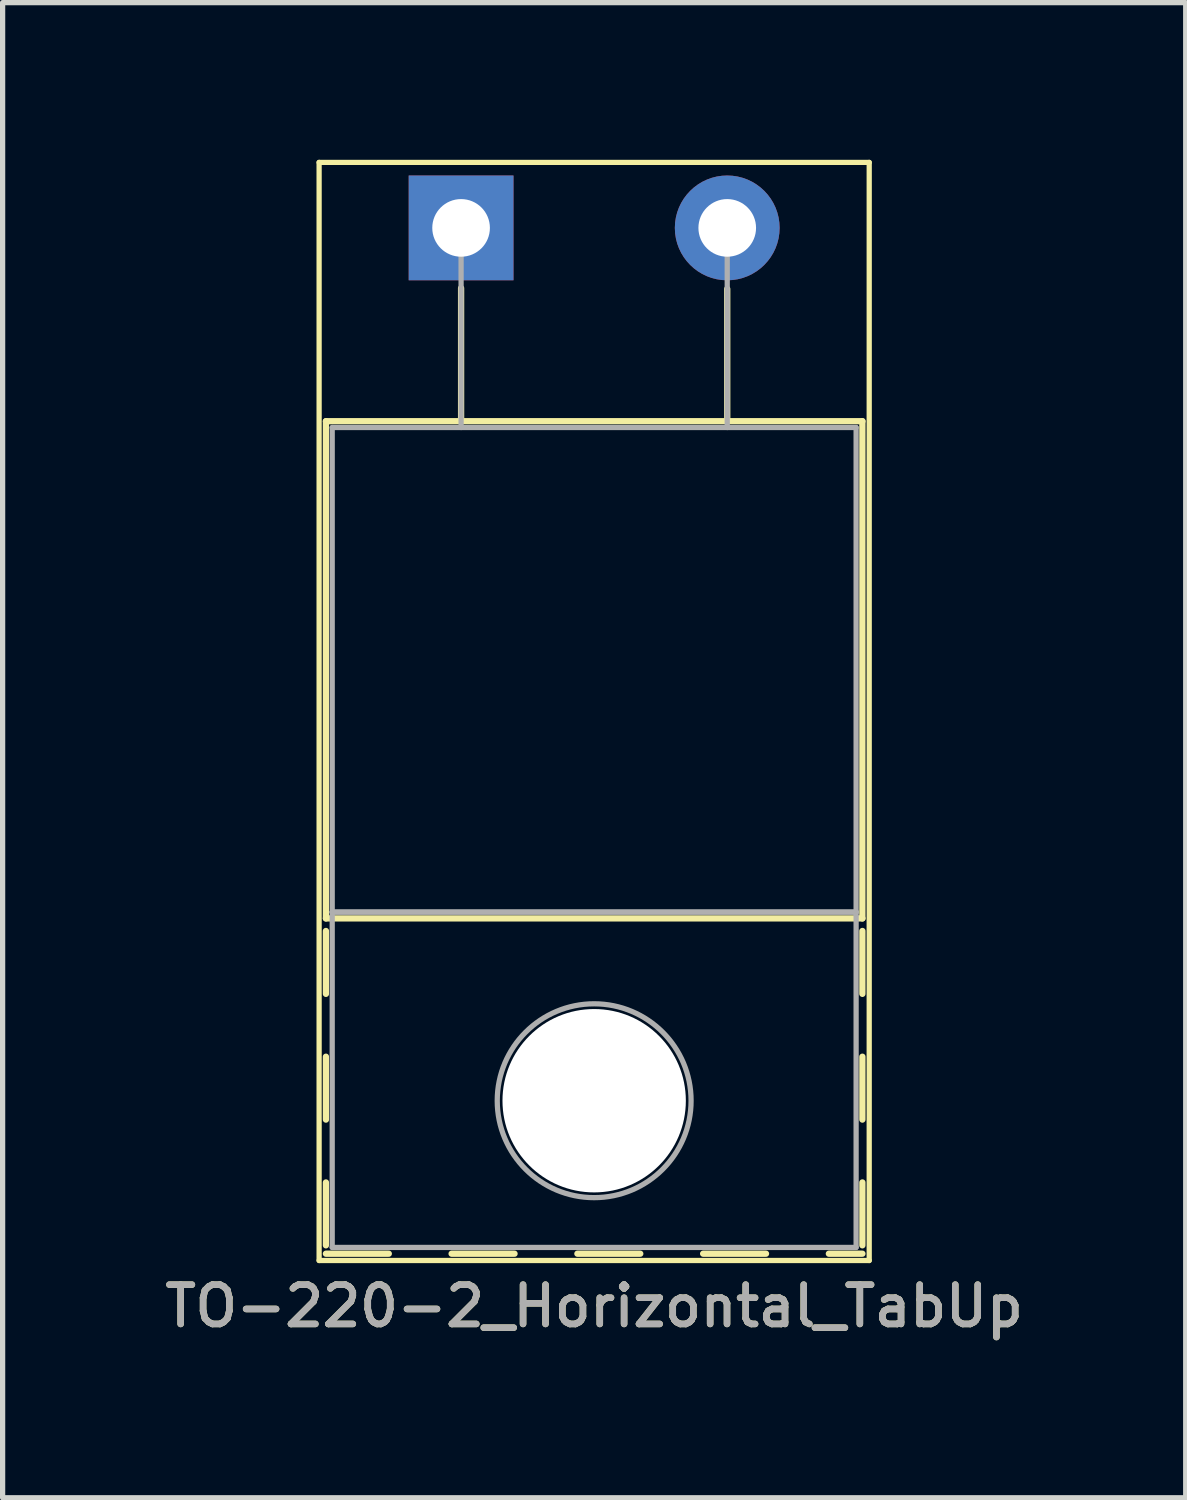
<source format=kicad_pcb>
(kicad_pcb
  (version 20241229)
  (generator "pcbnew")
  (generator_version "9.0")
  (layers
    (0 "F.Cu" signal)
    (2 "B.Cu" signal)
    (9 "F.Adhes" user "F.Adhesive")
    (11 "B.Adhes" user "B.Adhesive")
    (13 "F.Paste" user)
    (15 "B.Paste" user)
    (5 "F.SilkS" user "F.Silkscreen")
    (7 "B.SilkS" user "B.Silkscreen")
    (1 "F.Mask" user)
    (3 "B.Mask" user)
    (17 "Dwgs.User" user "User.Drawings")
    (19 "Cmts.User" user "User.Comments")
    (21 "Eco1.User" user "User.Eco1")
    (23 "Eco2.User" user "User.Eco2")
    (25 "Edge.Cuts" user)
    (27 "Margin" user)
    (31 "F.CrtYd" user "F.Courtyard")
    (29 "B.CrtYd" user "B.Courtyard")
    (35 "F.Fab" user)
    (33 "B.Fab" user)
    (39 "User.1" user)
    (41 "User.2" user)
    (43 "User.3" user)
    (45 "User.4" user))
  (footprint "TO-220-2_Horizontal_TabUp"
    (layer "F.Cu")
    (at 5.751 1.3)
    (property "Reference" "TO-220-2_Horizontal_TabUp" (at 2.54 20.58 0) (layer "F.SilkS") (effects (font (size 0.75 0.75) (thickness 0.125))))
    (attr through_hole)
    (fp_line (start -2.71 -1.25) (end -2.71 19.71) (stroke (width 0.1) (type solid)) (layer "F.SilkS"))
    (fp_line (start -2.71 19.71) (end 7.79 19.71) (stroke (width 0.1) (type solid)) (layer "F.SilkS"))
    (fp_line (start -2.58 3.69) (end -2.58 13.18) (stroke (width 0.12) (type solid)) (layer "F.SilkS"))
    (fp_line (start -2.58 3.69) (end 7.66 3.69) (stroke (width 0.12) (type solid)) (layer "F.SilkS"))
    (fp_line (start -2.58 13.18) (end 7.66 13.18) (stroke (width 0.12) (type solid)) (layer "F.SilkS"))
    (fp_line (start -2.58 13.42) (end -2.58 14.62) (stroke (width 0.12) (type solid)) (layer "F.SilkS"))
    (fp_line (start -2.58 15.82) (end -2.58 17.02) (stroke (width 0.12) (type solid)) (layer "F.SilkS"))
    (fp_line (start -2.58 18.22) (end -2.58 19.42) (stroke (width 0.12) (type solid)) (layer "F.SilkS"))
    (fp_line (start -2.58 19.58) (end -1.38 19.58) (stroke (width 0.12) (type solid)) (layer "F.SilkS"))
    (fp_line (start -0.181 19.58) (end 1.02 19.58) (stroke (width 0.12) (type solid)) (layer "F.SilkS"))
    (fp_line (start 0 1.15) (end 0 3.69) (stroke (width 0.12) (type solid)) (layer "F.SilkS"))
    (fp_line (start 2.22 19.58) (end 3.42 19.58) (stroke (width 0.12) (type solid)) (layer "F.SilkS"))
    (fp_line (start 4.62 19.58) (end 5.82 19.58) (stroke (width 0.12) (type solid)) (layer "F.SilkS"))
    (fp_line (start 5.08 1.165) (end 5.08 3.69) (stroke (width 0.12) (type solid)) (layer "F.SilkS"))
    (fp_line (start 7.02 19.58) (end 7.66 19.58) (stroke (width 0.12) (type solid)) (layer "F.SilkS"))
    (fp_line (start 7.66 3.69) (end 7.66 13.18) (stroke (width 0.12) (type solid)) (layer "F.SilkS"))
    (fp_line (start 7.66 13.42) (end 7.66 14.62) (stroke (width 0.12) (type solid)) (layer "F.SilkS"))
    (fp_line (start 7.66 15.82) (end 7.66 17.02) (stroke (width 0.12) (type solid)) (layer "F.SilkS"))
    (fp_line (start 7.66 18.22) (end 7.66 19.42) (stroke (width 0.12) (type solid)) (layer "F.SilkS"))
    (fp_line (start 7.79 -1.25) (end -2.71 -1.25) (stroke (width 0.1) (type solid)) (layer "F.SilkS"))
    (fp_line (start 7.79 19.71) (end 7.79 -1.25) (stroke (width 0.1) (type solid)) (layer "F.SilkS"))
    (fp_line (start -2.46 3.81) (end -2.46 13.06) (stroke (width 0.1) (type solid)) (layer "F.Fab"))
    (fp_line (start -2.46 13.06) (end -2.46 19.46) (stroke (width 0.1) (type solid)) (layer "F.Fab"))
    (fp_line (start -2.46 13.06) (end 7.54 13.06) (stroke (width 0.1) (type solid)) (layer "F.Fab"))
    (fp_line (start -2.46 19.46) (end 7.54 19.46) (stroke (width 0.1) (type solid)) (layer "F.Fab"))
    (fp_line (start 0 3.81) (end 0 0) (stroke (width 0.1) (type solid)) (layer "F.Fab"))
    (fp_line (start 5.08 3.81) (end 5.08 0) (stroke (width 0.1) (type solid)) (layer "F.Fab"))
    (fp_line (start 7.54 3.81) (end -2.46 3.81) (stroke (width 0.1) (type solid)) (layer "F.Fab"))
    (fp_line (start 7.54 13.06) (end -2.46 13.06) (stroke (width 0.1) (type solid)) (layer "F.Fab"))
    (fp_line (start 7.54 13.06) (end 7.54 3.81) (stroke (width 0.1) (type solid)) (layer "F.Fab"))
    (fp_line (start 7.54 19.46) (end 7.54 13.06) (stroke (width 0.1) (type solid)) (layer "F.Fab"))
    (fp_circle (center 2.54 16.66) (end 4.39 16.66) (stroke (width 0.1) (type solid)) (fill no) (layer "F.Fab"))
    (fp_text user "${REFERENCE}" (at 2.54 20.58 0) (layer "F.Fab") (effects (font (size 0.75 0.75) (thickness 0.125))))
    (pad "" np_thru_hole circle (at 2.54 16.66) (size 3.5 3.5) (drill 3.5) (layers "*.Cu" "*.Mask"))
    (pad "1" thru_hole rect (at 0 0) (size 2 2) (drill 1.1) (layers "*.Cu" "*.Mask"))
    (pad "2" thru_hole circle (at 5.08 0) (size 2 2) (drill 1.1) (layers "*.Cu" "*.Mask")))
  (gr_rect
    (start -3 -3)
    (end 19.582 25.538)
    (stroke (width 0.1) (type default))
    (fill no)
    (layer "Edge.Cuts")))
</source>
